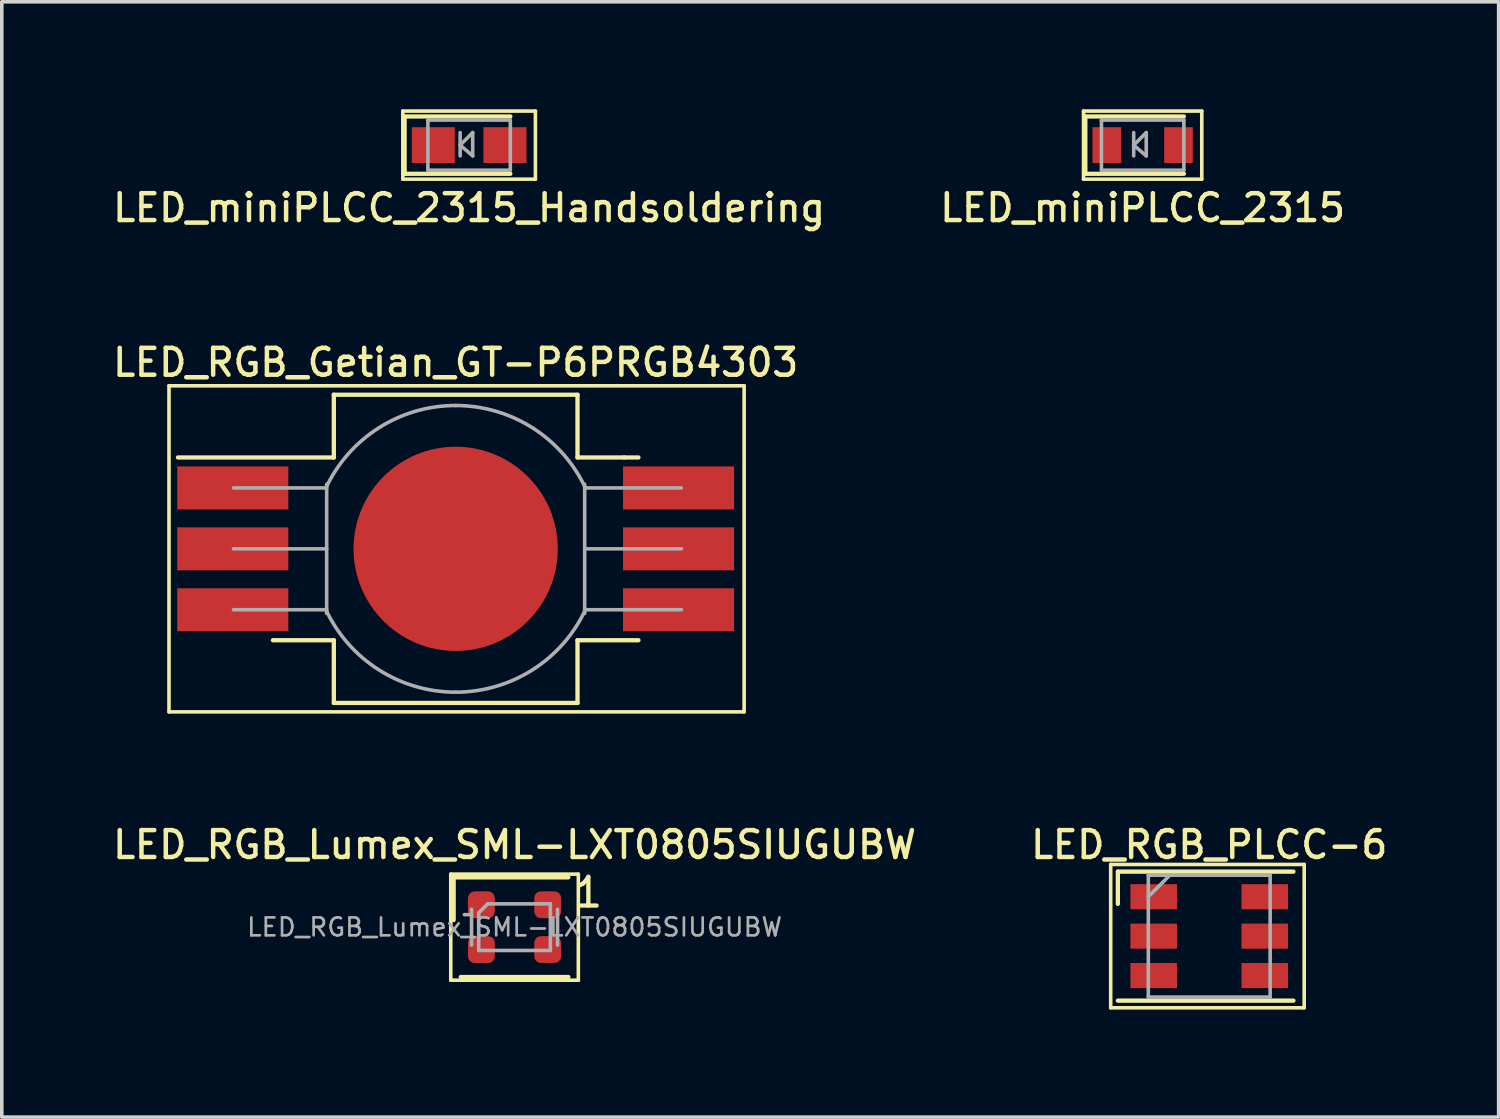
<source format=kicad_pcb>
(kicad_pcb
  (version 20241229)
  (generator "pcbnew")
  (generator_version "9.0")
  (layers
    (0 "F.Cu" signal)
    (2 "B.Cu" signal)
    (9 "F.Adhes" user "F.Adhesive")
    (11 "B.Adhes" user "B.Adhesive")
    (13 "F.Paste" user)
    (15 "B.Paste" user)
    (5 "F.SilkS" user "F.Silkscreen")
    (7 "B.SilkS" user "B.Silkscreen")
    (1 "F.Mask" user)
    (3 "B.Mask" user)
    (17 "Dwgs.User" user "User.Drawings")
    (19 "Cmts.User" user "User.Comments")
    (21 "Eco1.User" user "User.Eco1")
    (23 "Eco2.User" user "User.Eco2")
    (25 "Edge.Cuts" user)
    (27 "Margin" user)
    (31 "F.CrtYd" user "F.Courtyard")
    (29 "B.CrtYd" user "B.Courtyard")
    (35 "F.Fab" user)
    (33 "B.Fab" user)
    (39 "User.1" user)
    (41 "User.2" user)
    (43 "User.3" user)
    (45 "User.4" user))
  (footprint "LED_RGB_Getian_GT-P6PRGB4303"
    (layer "F.Cu")
    (at 9.666 12.266)
    (property "Reference" "LED_RGB_Getian_GT-P6PRGB4303" (at 0 -5.2 0) (layer "F.SilkS") (effects (font (size 0.75 0.75) (thickness 0.125))))
    (attr smd)
    (fp_line (start -8 -4.55) (end -8 4.55) (stroke (width 0.1) (type solid)) (layer "F.SilkS"))
    (fp_line (start -8 -4.55) (end 8.05 -4.55) (stroke (width 0.1) (type solid)) (layer "F.SilkS"))
    (fp_line (start -8 4.55) (end 8.05 4.55) (stroke (width 0.1) (type solid)) (layer "F.SilkS"))
    (fp_line (start -7.75 -2.55) (end -3.4 -2.55) (stroke (width 0.12) (type solid)) (layer "F.SilkS"))
    (fp_line (start -5.1 2.55) (end -3.4 2.55) (stroke (width 0.12) (type solid)) (layer "F.SilkS"))
    (fp_line (start -3.4 -4.3) (end -3.4 -2.55) (stroke (width 0.12) (type solid)) (layer "F.SilkS"))
    (fp_line (start -3.4 2.55) (end -3.4 4.3) (stroke (width 0.12) (type solid)) (layer "F.SilkS"))
    (fp_line (start 3.4 -4.3) (end -3.4 -4.3) (stroke (width 0.12) (type solid)) (layer "F.SilkS"))
    (fp_line (start 3.4 -4.3) (end 3.4 -2.55) (stroke (width 0.12) (type solid)) (layer "F.SilkS"))
    (fp_line (start 3.4 -2.55) (end 4.7 -2.55) (stroke (width 0.12) (type solid)) (layer "F.SilkS"))
    (fp_line (start 3.4 2.55) (end 3.4 4.3) (stroke (width 0.12) (type solid)) (layer "F.SilkS"))
    (fp_line (start 3.4 4.3) (end -3.4 4.3) (stroke (width 0.12) (type solid)) (layer "F.SilkS"))
    (fp_line (start 4.7 -2.55) (end 5.1 -2.55) (stroke (width 0.12) (type solid)) (layer "F.SilkS"))
    (fp_line (start 5.1 2.55) (end 3.4 2.55) (stroke (width 0.12) (type solid)) (layer "F.SilkS"))
    (fp_line (start 8.05 -4.55) (end 8.05 4.55) (stroke (width 0.1) (type solid)) (layer "F.SilkS"))
    (fp_line (start -6.2 0) (end -3.6 0) (stroke (width 0.1) (type solid)) (layer "F.Fab"))
    (fp_line (start -3.6 -1.7) (end -6.2 -1.7) (stroke (width 0.1) (type solid)) (layer "F.Fab"))
    (fp_line (start -3.6 1.7) (end -6.2 1.7) (stroke (width 0.1) (type solid)) (layer "F.Fab"))
    (fp_line (start -3.6 1.8) (end -3.6 -1.8) (stroke (width 0.1) (type solid)) (layer "F.Fab"))
    (fp_line (start 3.6 -1.8) (end 3.6 1.8) (stroke (width 0.1) (type solid)) (layer "F.Fab"))
    (fp_line (start 3.6 -1.7) (end 6.3 -1.7) (stroke (width 0.1) (type solid)) (layer "F.Fab"))
    (fp_line (start 3.6 1.7) (end 6.3 1.7) (stroke (width 0.1) (type solid)) (layer "F.Fab"))
    (fp_line (start 6.3 0) (end 3.6 0) (stroke (width 0.1) (type solid)) (layer "F.Fab"))
    (fp_arc (start -3.625231 -1.690473) (mid -2.149198 -3.373566) (end 0 -4) (stroke (width 0.1) (type solid)) (layer "F.Fab"))
    (fp_arc (start 0 -4) (mid 2.149198 -3.373566) (end 3.625231 -1.690473) (stroke (width 0.1) (type solid)) (layer "F.Fab"))
    (fp_arc (start 0 4) (mid -2.149198 3.373566) (end -3.625231 1.690473) (stroke (width 0.1) (type solid)) (layer "F.Fab"))
    (fp_arc (start 3.625231 1.690473) (mid 2.149198 3.373566) (end 0 4) (stroke (width 0.1) (type solid)) (layer "F.Fab"))
    (pad "1" smd rect (at -6.22 -1.7) (size 3.1 1.2) (layers "F.Cu" "F.Mask" "F.Paste"))
    (pad "2" smd rect (at -6.22 0) (size 3.1 1.2) (layers "F.Cu" "F.Mask" "F.Paste"))
    (pad "3" smd rect (at -6.22 1.7) (size 3.1 1.2) (layers "F.Cu" "F.Mask" "F.Paste"))
    (pad "4" smd rect (at 6.22 1.7 180) (size 3.1 1.2) (layers "F.Cu" "F.Mask" "F.Paste"))
    (pad "5" smd rect (at 6.22 0 180) (size 3.1 1.2) (layers "F.Cu" "F.Mask" "F.Paste"))
    (pad "6" smd rect (at 6.22 -1.7 180) (size 3.1 1.2) (layers "F.Cu" "F.Mask" "F.Paste"))
    (pad "PAD" smd circle (at 0 0) (size 5.7 5.7) (layers "F.Cu" "F.Mask" "F.Paste")))
  (footprint "LED_miniPLCC_2315"
    (layer "F.Cu")
    (at 28.837 1)
    (property "Reference" "LED_miniPLCC_2315" (at 0 1.75 0) (layer "F.SilkS") (effects (font (size 0.75 0.75) (thickness 0.125))))
    (attr smd)
    (fp_line (start -1.65 -0.95) (end 1.65 -0.95) (stroke (width 0.1) (type solid)) (layer "F.SilkS"))
    (fp_line (start -1.65 0.95) (end -1.65 -0.95) (stroke (width 0.1) (type solid)) (layer "F.SilkS"))
    (fp_line (start -1.6 -0.8) (end -1.6 0.8) (stroke (width 0.12) (type solid)) (layer "F.SilkS"))
    (fp_line (start -1.6 0.8) (end 1.15 0.8) (stroke (width 0.12) (type solid)) (layer "F.SilkS"))
    (fp_line (start 1.15 -0.8) (end -1.6 -0.8) (stroke (width 0.12) (type solid)) (layer "F.SilkS"))
    (fp_line (start 1.65 -0.95) (end 1.65 0.95) (stroke (width 0.1) (type solid)) (layer "F.SilkS"))
    (fp_line (start 1.65 0.95) (end -1.65 0.95) (stroke (width 0.1) (type solid)) (layer "F.SilkS"))
    (fp_line (start -1.15 -0.7) (end 1.15 -0.7) (stroke (width 0.1) (type solid)) (layer "F.Fab"))
    (fp_line (start -1.15 0.7) (end -1.15 -0.7) (stroke (width 0.1) (type solid)) (layer "F.Fab"))
    (fp_line (start -0.25 -0.35) (end -0.25 0.3) (stroke (width 0.1) (type solid)) (layer "F.Fab"))
    (fp_line (start -0.25 0) (end 0.1 0.3) (stroke (width 0.1) (type solid)) (layer "F.Fab"))
    (fp_line (start 0.1 -0.35) (end -0.25 0) (stroke (width 0.1) (type solid)) (layer "F.Fab"))
    (fp_line (start 0.1 0.3) (end 0.1 -0.35) (stroke (width 0.1) (type solid)) (layer "F.Fab"))
    (fp_line (start 1.15 -0.7) (end 1.15 0.7) (stroke (width 0.1) (type solid)) (layer "F.Fab"))
    (fp_line (start 1.15 0.7) (end -1.15 0.7) (stroke (width 0.1) (type solid)) (layer "F.Fab"))
    (pad "1" smd rect (at -1 0 180) (size 0.8 1) (layers "F.Cu" "F.Mask" "F.Paste"))
    (pad "2" smd rect (at 1 0 180) (size 0.8 1) (layers "F.Cu" "F.Mask" "F.Paste")))
  (footprint "LED_RGB_PLCC-6"
    (layer "F.Cu")
    (at 30.695 23.074)
    (property "Reference" "LED_RGB_PLCC-6" (at 0 -2.55 180) (layer "F.SilkS") (effects (font (size 0.75 0.75) (thickness 0.125))))
    (attr smd)
    (fp_line (start -2.75 -2) (end -2.75 2) (stroke (width 0.1) (type solid)) (layer "F.SilkS"))
    (fp_line (start -2.75 -2) (end 2.65 -2) (stroke (width 0.1) (type solid)) (layer "F.SilkS"))
    (fp_line (start -2.75 2) (end 2.65 2) (stroke (width 0.1) (type solid)) (layer "F.SilkS"))
    (fp_line (start -2.55 -1.8) (end -2.55 -0.9) (stroke (width 0.12) (type solid)) (layer "F.SilkS"))
    (fp_line (start -2.55 1.8) (end 2.35 1.8) (stroke (width 0.12) (type solid)) (layer "F.SilkS"))
    (fp_line (start 2.35 -1.8) (end -2.55 -1.8) (stroke (width 0.12) (type solid)) (layer "F.SilkS"))
    (fp_line (start 2.65 -2) (end 2.65 2) (stroke (width 0.1) (type solid)) (layer "F.SilkS"))
    (fp_line (start -1.7 -1.7) (end -1.7 1.7) (stroke (width 0.1) (type solid)) (layer "F.Fab"))
    (fp_line (start -1.7 -1.1) (end -1.1 -1.7) (stroke (width 0.1) (type solid)) (layer "F.Fab"))
    (fp_line (start -1.7 1.7) (end 1.7 1.7) (stroke (width 0.1) (type solid)) (layer "F.Fab"))
    (fp_line (start 1.7 -1.7) (end -1.7 -1.7) (stroke (width 0.1) (type solid)) (layer "F.Fab"))
    (fp_line (start 1.7 1.7) (end 1.7 -1.7) (stroke (width 0.1) (type solid)) (layer "F.Fab"))
    (pad "1" smd rect (at -1.55 -1.1 90) (size 0.7 1.3) (layers "F.Cu" "F.Mask" "F.Paste"))
    (pad "2" smd rect (at -1.55 0 90) (size 0.7 1.3) (layers "F.Cu" "F.Mask" "F.Paste"))
    (pad "3" smd rect (at -1.55 1.1 90) (size 0.7 1.3) (layers "F.Cu" "F.Mask" "F.Paste"))
    (pad "4" smd rect (at 1.55 1.1 90) (size 0.7 1.3) (layers "F.Cu" "F.Mask" "F.Paste"))
    (pad "5" smd rect (at 1.55 0 90) (size 0.7 1.3) (layers "F.Cu" "F.Mask" "F.Paste"))
    (pad "6" smd rect (at 1.55 -1.1 90) (size 0.7 1.3) (layers "F.Cu" "F.Mask" "F.Paste")))
  (footprint "LED_miniPLCC_2315_Handsoldering"
    (layer "F.Cu")
    (at 10.041 1)
    (property "Reference" "LED_miniPLCC_2315_Handsoldering" (at 0 1.75 0) (layer "F.SilkS") (effects (font (size 0.75 0.75) (thickness 0.125))))
    (attr smd)
    (fp_line (start -1.85 -0.95) (end 1.85 -0.95) (stroke (width 0.1) (type solid)) (layer "F.SilkS"))
    (fp_line (start -1.85 0.95) (end -1.85 -0.95) (stroke (width 0.1) (type solid)) (layer "F.SilkS"))
    (fp_line (start -1.8 0.8) (end -1.8 -0.8) (stroke (width 0.12) (type solid)) (layer "F.SilkS"))
    (fp_line (start -1.8 0.8) (end 1.15 0.8) (stroke (width 0.12) (type solid)) (layer "F.SilkS"))
    (fp_line (start 1.15 -0.8) (end -1.8 -0.8) (stroke (width 0.12) (type solid)) (layer "F.SilkS"))
    (fp_line (start 1.85 -0.95) (end 1.85 0.95) (stroke (width 0.1) (type solid)) (layer "F.SilkS"))
    (fp_line (start 1.85 0.95) (end -1.85 0.95) (stroke (width 0.1) (type solid)) (layer "F.SilkS"))
    (fp_line (start -1.15 -0.7) (end 1.15 -0.7) (stroke (width 0.1) (type solid)) (layer "F.Fab"))
    (fp_line (start -1.15 0.7) (end -1.15 -0.7) (stroke (width 0.1) (type solid)) (layer "F.Fab"))
    (fp_line (start -0.25 -0.35) (end -0.25 0.3) (stroke (width 0.1) (type solid)) (layer "F.Fab"))
    (fp_line (start -0.25 0) (end 0.1 0.3) (stroke (width 0.1) (type solid)) (layer "F.Fab"))
    (fp_line (start 0.1 -0.35) (end -0.25 0) (stroke (width 0.1) (type solid)) (layer "F.Fab"))
    (fp_line (start 0.1 0.3) (end 0.1 -0.35) (stroke (width 0.1) (type solid)) (layer "F.Fab"))
    (fp_line (start 1.15 -0.7) (end 1.15 0.7) (stroke (width 0.1) (type solid)) (layer "F.Fab"))
    (fp_line (start 1.15 0.7) (end -1.15 0.7) (stroke (width 0.1) (type solid)) (layer "F.Fab"))
    (pad "1" smd rect (at -1 0 180) (size 1.2 1) (layers "F.Cu" "F.Mask" "F.Paste"))
    (pad "2" smd rect (at 1 0 180) (size 1.2 1) (layers "F.Cu" "F.Mask" "F.Paste")))
  (footprint "LED_RGB_Lumex_SML-LXT0805SIUGUBW"
    (layer "F.Cu")
    (at 11.309 22.824)
    (property "Reference" "LED_RGB_Lumex_SML-LXT0805SIUGUBW" (at 0 -2.3 0) (layer "F.SilkS") (effects (font (size 0.75 0.75) (thickness 0.125))))
    (attr smd)
    (fp_line (start -1.78 -1.48) (end -1.78 1.48) (stroke (width 0.1) (type solid)) (layer "F.SilkS"))
    (fp_line (start -1.78 1.48) (end 1.78 1.48) (stroke (width 0.1) (type solid)) (layer "F.SilkS"))
    (fp_line (start -1.7 -1.39) (end -1.7 -0.2) (stroke (width 0.12) (type default)) (layer "F.SilkS"))
    (fp_line (start 1.5 -1.39) (end -1.7 -1.39) (stroke (width 0.12) (type solid)) (layer "F.SilkS"))
    (fp_line (start 1.5 1.39) (end -1.5 1.39) (stroke (width 0.12) (type solid)) (layer "F.SilkS"))
    (fp_line (start 1.78 -1.48) (end -1.78 -1.48) (stroke (width 0.1) (type solid)) (layer "F.SilkS"))
    (fp_line (start 1.78 1.48) (end 1.78 -1.48) (stroke (width 0.1) (type solid)) (layer "F.SilkS"))
    (fp_line (start -1.2 -0.35) (end -1.4 -0.35) (stroke (width 0.1) (type solid)) (layer "F.Fab"))
    (fp_line (start -1.2 0.5) (end -1.2 -0.5) (stroke (width 0.1) (type solid)) (layer "F.Fab"))
    (fp_line (start -1 -0.4) (end -0.75 -0.65) (stroke (width 0.1) (type solid)) (layer "F.Fab"))
    (fp_line (start -1 0.65) (end -1 -0.4) (stroke (width 0.1) (type solid)) (layer "F.Fab"))
    (fp_line (start -0.75 -0.65) (end 1 -0.65) (stroke (width 0.1) (type solid)) (layer "F.Fab"))
    (fp_line (start 1 -0.65) (end 1 0.65) (stroke (width 0.1) (type solid)) (layer "F.Fab"))
    (fp_line (start 1 0.65) (end -1 0.65) (stroke (width 0.1) (type solid)) (layer "F.Fab"))
    (fp_line (start 1.2 0.5) (end 1.2 -0.5) (stroke (width 0.1) (type solid)) (layer "F.Fab"))
    (fp_text user "1" (at 1.6 -0.5 0) (unlocked yes) (layer "F.SilkS") (effects (font (size 0.8 0.8) (thickness 0.12)) (justify left bottom)))
    (fp_text user "${REFERENCE}" (at 0 0 0) (layer "F.Fab") (effects (font (size 0.5 0.5) (thickness 0.075))))
    (pad "1" smd roundrect (at 0.925 -0.625 180) (size 0.75 0.75) (layers "F.Cu" "F.Mask" "F.Paste") (roundrect_rratio 0.25))
    (pad "2" smd roundrect (at -0.925 -0.625 180) (size 0.75 0.75) (layers "F.Cu" "F.Mask" "F.Paste") (roundrect_rratio 0.25))
    (pad "3" smd roundrect (at -0.925 0.625 180) (size 0.75 0.75) (layers "F.Cu" "F.Mask" "F.Paste") (roundrect_rratio 0.25))
    (pad "4" smd roundrect (at 0.925 0.625 180) (size 0.75 0.75) (layers "F.Cu" "F.Mask" "F.Paste") (roundrect_rratio 0.25)))
  (gr_rect
    (start -3 -3)
    (end 38.771 28.124)
    (stroke (width 0.1) (type default))
    (fill no)
    (layer "Edge.Cuts")))
</source>
